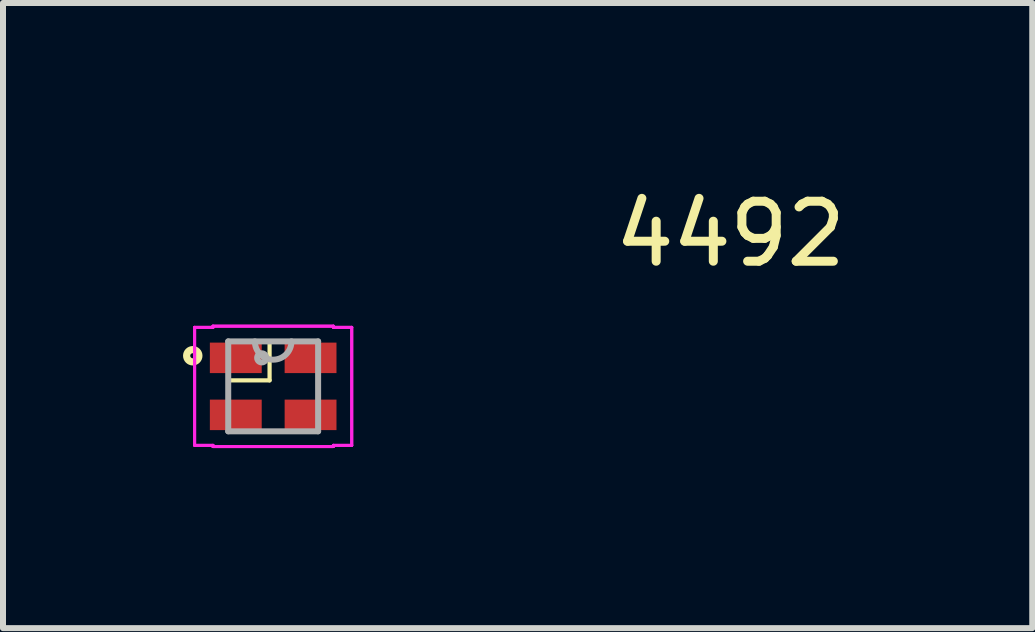
<source format=kicad_pcb>
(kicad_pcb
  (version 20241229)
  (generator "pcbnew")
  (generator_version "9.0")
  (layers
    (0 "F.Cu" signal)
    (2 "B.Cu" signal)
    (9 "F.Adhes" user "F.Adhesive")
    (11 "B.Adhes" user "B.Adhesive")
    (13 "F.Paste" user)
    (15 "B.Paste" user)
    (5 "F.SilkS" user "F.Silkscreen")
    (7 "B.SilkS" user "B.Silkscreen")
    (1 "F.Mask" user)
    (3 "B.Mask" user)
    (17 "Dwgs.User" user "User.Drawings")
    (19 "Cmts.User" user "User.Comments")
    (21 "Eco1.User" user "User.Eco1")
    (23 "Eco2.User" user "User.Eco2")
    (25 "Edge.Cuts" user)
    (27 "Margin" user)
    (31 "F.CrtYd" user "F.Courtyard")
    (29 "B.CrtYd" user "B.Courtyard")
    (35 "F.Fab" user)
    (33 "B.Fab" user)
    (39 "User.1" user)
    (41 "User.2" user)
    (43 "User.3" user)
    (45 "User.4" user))
  (footprint "4492"
    (layer "F.Cu")
    (at 1.502 3.388)
    (property "Reference" "4492" (at 7.62 -2.54 0) (layer "F.SilkS") (effects (font (size 1 1) (thickness 0.15))))
    (attr through_hole)
    (fp_line (start -0.72 -0.1) (end -0.06 -0.1) (stroke (width 0.07) (type solid)) (layer "F.SilkS"))
    (fp_line (start -0.06 -0.1) (end -0.06 -0.7) (stroke (width 0.07) (type solid)) (layer "F.SilkS"))
    (fp_circle (center -1.34 -0.51) (end -1.238 -0.51) (stroke (width 0.12) (type solid)) (fill no) (layer "F.SilkS"))
    (fp_line (start -1.309 -0.983) (end -1.003 -0.983) (stroke (width 0.05) (type solid)) (layer "F.CrtYd"))
    (fp_line (start -1.309 -0.983) (end -1.003 -0.983) (stroke (width 0.05) (type solid)) (layer "F.CrtYd"))
    (fp_line (start -1.309 0.983) (end -1.309 -0.983) (stroke (width 0.05) (type solid)) (layer "F.CrtYd"))
    (fp_line (start -1.309 0.983) (end -1.309 -0.983) (stroke (width 0.05) (type solid)) (layer "F.CrtYd"))
    (fp_line (start -1.309 0.983) (end -1.003 0.983) (stroke (width 0.05) (type solid)) (layer "F.CrtYd"))
    (fp_line (start -1.003 -1.003) (end 1.003 -1.003) (stroke (width 0.05) (type solid)) (layer "F.CrtYd"))
    (fp_line (start -1.003 -1.003) (end 1.003 -1.003) (stroke (width 0.05) (type solid)) (layer "F.CrtYd"))
    (fp_line (start -1.003 -0.983) (end -1.003 -1.003) (stroke (width 0.05) (type solid)) (layer "F.CrtYd"))
    (fp_line (start -1.003 -0.983) (end -1.003 -1.003) (stroke (width 0.05) (type solid)) (layer "F.CrtYd"))
    (fp_line (start -1.003 0.983) (end -1.309 0.983) (stroke (width 0.05) (type solid)) (layer "F.CrtYd"))
    (fp_line (start -1.003 1.003) (end -1.003 0.983) (stroke (width 0.05) (type solid)) (layer "F.CrtYd"))
    (fp_line (start -1.003 1.003) (end -1.003 0.983) (stroke (width 0.05) (type solid)) (layer "F.CrtYd"))
    (fp_line (start 1.003 -1.003) (end 1.003 -0.983) (stroke (width 0.05) (type solid)) (layer "F.CrtYd"))
    (fp_line (start 1.003 -1.003) (end 1.003 -0.983) (stroke (width 0.05) (type solid)) (layer "F.CrtYd"))
    (fp_line (start 1.003 -0.983) (end 1.309 -0.983) (stroke (width 0.05) (type solid)) (layer "F.CrtYd"))
    (fp_line (start 1.003 0.983) (end 1.003 1.003) (stroke (width 0.05) (type solid)) (layer "F.CrtYd"))
    (fp_line (start 1.003 0.983) (end 1.003 1.003) (stroke (width 0.05) (type solid)) (layer "F.CrtYd"))
    (fp_line (start 1.003 1.003) (end -1.003 1.003) (stroke (width 0.05) (type solid)) (layer "F.CrtYd"))
    (fp_line (start 1.003 1.003) (end -1.003 1.003) (stroke (width 0.05) (type solid)) (layer "F.CrtYd"))
    (fp_line (start 1.309 -0.983) (end 1.003 -0.983) (stroke (width 0.05) (type solid)) (layer "F.CrtYd"))
    (fp_line (start 1.309 -0.983) (end 1.309 0.983) (stroke (width 0.05) (type solid)) (layer "F.CrtYd"))
    (fp_line (start 1.309 -0.983) (end 1.309 0.983) (stroke (width 0.05) (type solid)) (layer "F.CrtYd"))
    (fp_line (start 1.309 0.983) (end 1.003 0.983) (stroke (width 0.05) (type solid)) (layer "F.CrtYd"))
    (fp_line (start 1.309 0.983) (end 1.003 0.983) (stroke (width 0.05) (type solid)) (layer "F.CrtYd"))
    (fp_line (start -0.749 -0.749) (end -0.749 0.749) (stroke (width 0.1) (type solid)) (layer "F.Fab"))
    (fp_line (start -0.749 0.749) (end 0.749 0.749) (stroke (width 0.1) (type solid)) (layer "F.Fab"))
    (fp_line (start 0.749 -0.749) (end -0.749 -0.749) (stroke (width 0.1) (type solid)) (layer "F.Fab"))
    (fp_line (start 0.749 0.749) (end 0.749 -0.749) (stroke (width 0.1) (type solid)) (layer "F.Fab"))
    (fp_arc (start 0.3048 -0.7493) (mid 0 -0.4445) (end -0.3048 -0.7493) (stroke (width 0.1) (type solid)) (layer "F.Fab"))
    (fp_circle (center -0.191 -0.475) (end -0.115 -0.475) (stroke (width 0.1) (type solid)) (fill no) (layer "F.Fab"))
    (pad "1" smd rect (at -0.623 -0.475) (size 0.864 0.508) (layers "F.Cu" "F.Mask" "F.Paste"))
    (pad "2" smd rect (at -0.623 0.475) (size 0.864 0.508) (layers "F.Cu" "F.Mask" "F.Paste"))
    (pad "3" smd rect (at 0.623 0.475) (size 0.864 0.508) (layers "F.Cu" "F.Mask" "F.Paste"))
    (pad "4" smd rect (at 0.623 -0.475) (size 0.864 0.508) (layers "F.Cu" "F.Mask" "F.Paste")))
  (gr_rect
    (start -3 -3)
    (end 14.151 7.417)
    (stroke (width 0.1) (type default))
    (fill no)
    (layer "Edge.Cuts")))
</source>
